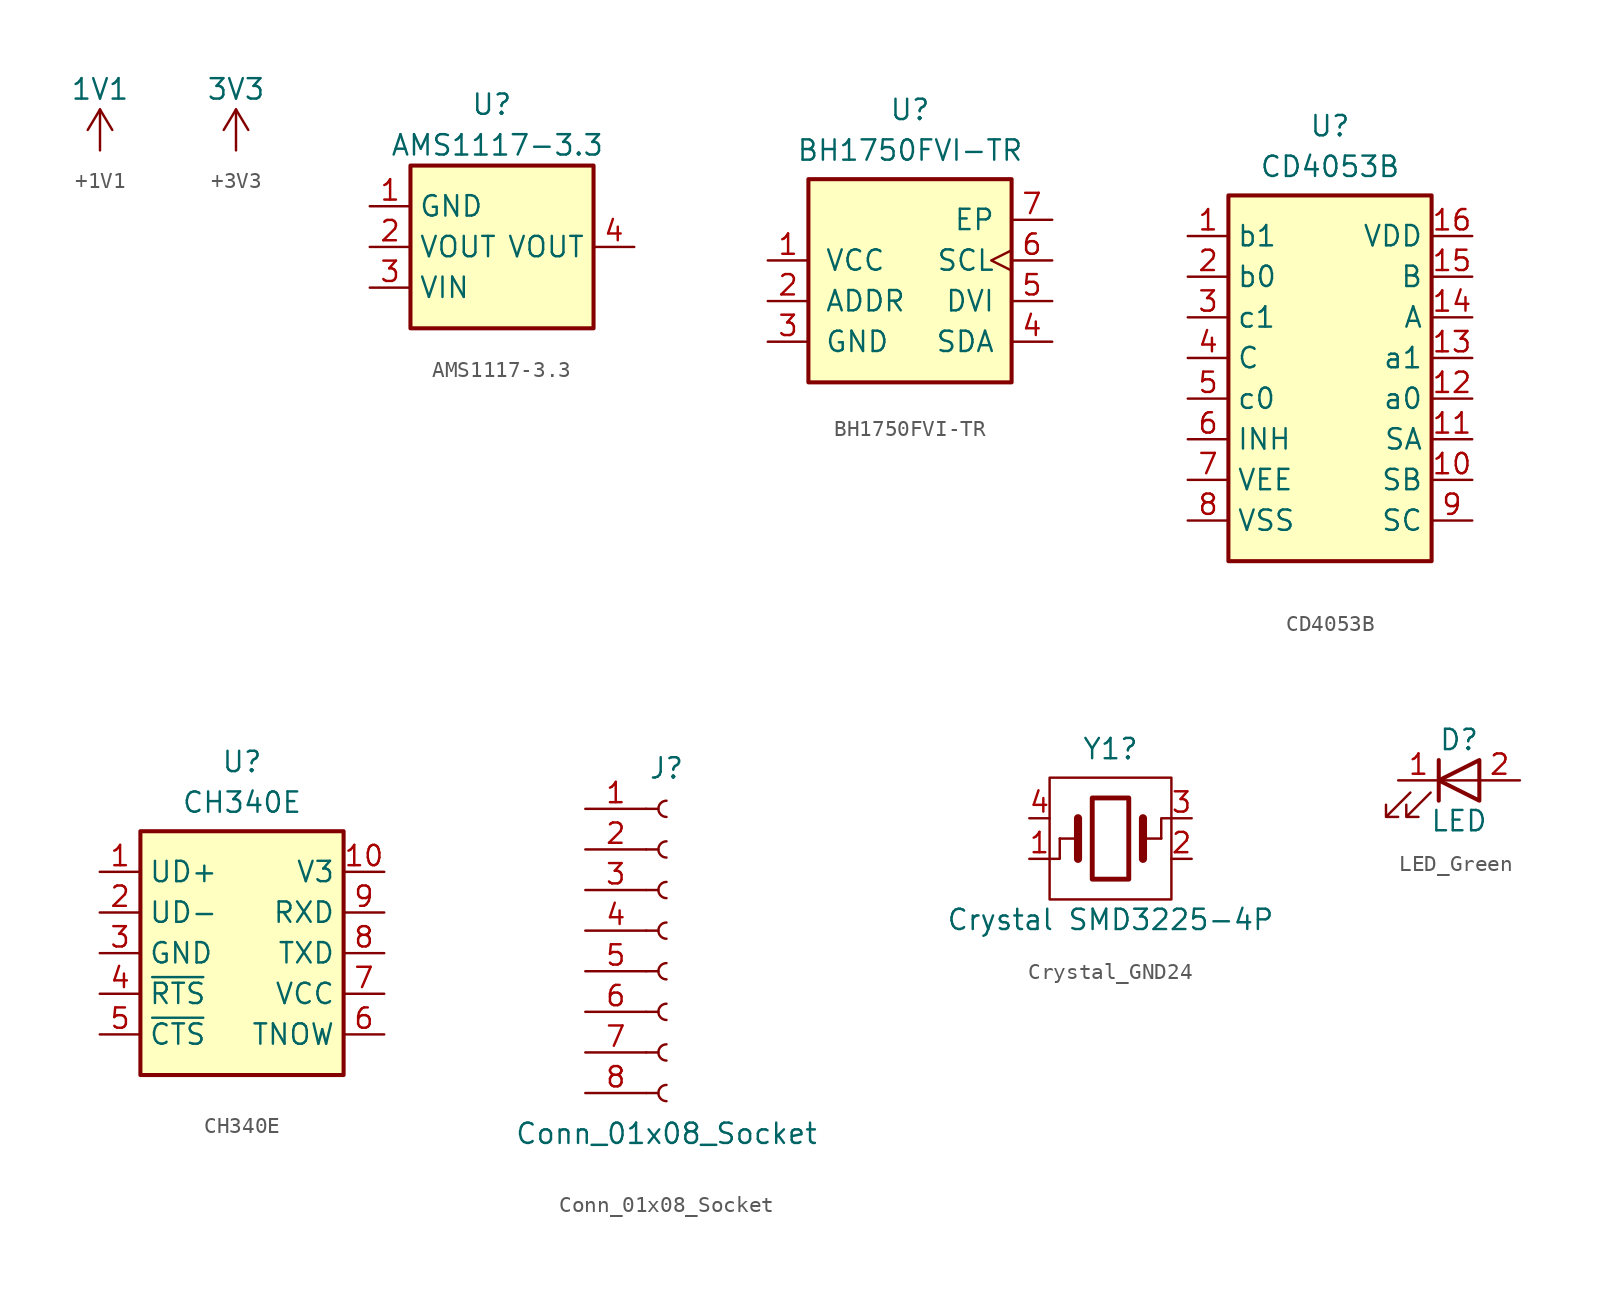
<source format=kicad_sym>
(kicad_symbol_lib
  (version 20220914)
  (generator kicad_symbol_editor)
  (symbol "+1V1"
    (power)
    (pin_names
      (offset 0))
    (property "Reference" "#PWR"
      (at 0 -3.81 0)
      (effects (font (size 1.27 1.27)) hide))
    (property "Value" "1V1"
      (at 0 4.54 0)
      (do_not_autoplace)
      (effects (font (size 1.27 1.27)) (justify top)))
    (symbol "+1V1_0_1"
      (polyline (pts (xy -0.762 1.27) (xy 0 2.54)) (stroke (width 0) (type default)) (fill (type none)))
      (polyline (pts (xy 0 0) (xy 0 2.54)) (stroke (width 0) (type default)) (fill (type none)))
      (polyline (pts (xy 0 2.54) (xy 0.762 1.27)) (stroke (width 0) (type default)) (fill (type none))))
    (symbol "+1V1_1_1"
      (pin power_in line (at 0 0 90) (length 0) hide (name "+1V1" (effects (font (size 1.27 1.27)))) (number "1" (effects (font (size 1.27 1.27)))))))
  (symbol "+3V3"
    (power)
    (pin_names
      (offset 0))
    (property "Reference" "#PWR"
      (at 0 -3.81 0)
      (effects (font (size 1.27 1.27)) hide))
    (property "Value" "3V3"
      (at 0 4.54 0)
      (do_not_autoplace)
      (effects (font (size 1.27 1.27)) (justify top)))
    (symbol "+3V3_0_1"
      (polyline (pts (xy -0.762 1.27) (xy 0 2.54)) (stroke (width 0) (type default)) (fill (type none)))
      (polyline (pts (xy 0 0) (xy 0 2.54)) (stroke (width 0) (type default)) (fill (type none)))
      (polyline (pts (xy 0 2.54) (xy 0.762 1.27)) (stroke (width 0) (type default)) (fill (type none))))
    (symbol "+3V3_1_1"
      (pin power_in line (at 0 0 90) (length 0) hide (name "+3V3" (effects (font (size 1.27 1.27)))) (number "1" (effects (font (size 1.27 1.27)))))))
  (symbol "AMS1117-3.3"
    (property "Reference" "U"
      (at 0 8.89 0)
      (effects (font (size 1.27 1.27))))
    (property "Value" "AMS1117-3.3"
      (at -6.35 6.35 0)
      (effects (font (size 1.27 1.27)) (justify left)))
    (symbol "AMS1117-3.3_0_1"
      (rectangle (start -5.08 5.08) (end 6.35 -5.08) (stroke (width 0.254) (type default)) (fill (type background))))
    (symbol "AMS1117-3.3_1_1"
      (pin power_in line (at -7.62 2.54 0) (length 2.54) (name "GND" (effects (font (size 1.27 1.27)))) (number "1" (effects (font (size 1.27 1.27)))))
      (pin power_out line (at -7.62 0 0) (length 2.54) (name "VOUT" (effects (font (size 1.27 1.27)))) (number "2" (effects (font (size 1.27 1.27)))))
      (pin power_in line (at -7.62 -2.54 0) (length 2.54) (name "VIN" (effects (font (size 1.27 1.27)))) (number "3" (effects (font (size 1.27 1.27)))))
      (pin power_out line (at 8.89 0 180) (length 2.54) (name "VOUT" (effects (font (size 1.27 1.27)))) (number "4" (effects (font (size 1.27 1.27)))))))
  (symbol "BH1750FVI-TR"
    (pin_names
      (offset 1.016))
    (property "Reference" "U"
      (at 0 12.7 0)
      (effects (font (size 1.27 1.27)) (justify top)))
    (property "Value" "BH1750FVI-TR"
      (at 0 10.16 0)
      (effects (font (size 1.27 1.27)) (justify top)))
    (symbol "BH1750FVI-TR_0_0"
      (rectangle (start -6.35 7.62) (end 6.35 -5.08) (stroke (width 0.254) (type default)) (fill (type background))))
    (symbol "BH1750FVI-TR_1_0"
      (pin power_in line (at -8.89 2.54 0) (length 2.54) (name "VCC" (effects (font (size 1.27 1.27)))) (number "1" (effects (font (size 1.27 1.27)))))
      (pin input line (at -8.89 0 0) (length 2.54) (name "ADDR" (effects (font (size 1.27 1.27)))) (number "2" (effects (font (size 1.27 1.27)))))
      (pin power_in line (at -8.89 -2.54 0) (length 2.54) (name "GND" (effects (font (size 1.27 1.27)))) (number "3" (effects (font (size 1.27 1.27)))))
      (pin bidirectional line (at 8.89 -2.54 180) (length 2.54) (name "SDA" (effects (font (size 1.27 1.27)))) (number "4" (effects (font (size 1.27 1.27)))))
      (pin input line (at 8.89 0 180) (length 2.54) (name "DVI" (effects (font (size 1.27 1.27)))) (number "5" (effects (font (size 1.27 1.27)))))
      (pin input clock (at 8.89 2.54 180) (length 2.54) (name "SCL" (effects (font (size 1.27 1.27)))) (number "6" (effects (font (size 1.27 1.27)))))
      (pin power_in line (at 8.89 5.08 180) (length 2.54) (name "EP" (effects (font (size 1.27 1.27)))) (number "7" (effects (font (size 1.27 1.27)))))))
  (symbol "CD4053B"
    (property "Reference" "U"
      (at 0 16.51 0)
      (effects (font (size 1.27 1.27)) (justify top)))
    (property "Value" "CD4053B"
      (at 0 13.97 0)
      (effects (font (size 1.27 1.27)) (justify top)))
    (symbol "CD4053B_0_1"
      (rectangle (start -6.35 11.43) (end 6.35 -11.43) (stroke (width 0.254) (type default)) (fill (type background))))
    (symbol "CD4053B_1_1"
      (pin bidirectional line (at -8.89 8.89 0) (length 2.54) (name "b1" (effects (font (size 1.27 1.27)))) (number "1" (effects (font (size 1.27 1.27)))))
      (pin input line (at 8.89 -6.35 180) (length 2.54) (name "SB" (effects (font (size 1.27 1.27)))) (number "10" (effects (font (size 1.27 1.27)))))
      (pin input line (at 8.89 -3.81 180) (length 2.54) (name "SA" (effects (font (size 1.27 1.27)))) (number "11" (effects (font (size 1.27 1.27)))))
      (pin bidirectional line (at 8.89 -1.27 180) (length 2.54) (name "a0" (effects (font (size 1.27 1.27)))) (number "12" (effects (font (size 1.27 1.27)))))
      (pin bidirectional line (at 8.89 1.27 180) (length 2.54) (name "a1" (effects (font (size 1.27 1.27)))) (number "13" (effects (font (size 1.27 1.27)))))
      (pin bidirectional line (at 8.89 3.81 180) (length 2.54) (name "A" (effects (font (size 1.27 1.27)))) (number "14" (effects (font (size 1.27 1.27)))))
      (pin bidirectional line (at 8.89 6.35 180) (length 2.54) (name "B" (effects (font (size 1.27 1.27)))) (number "15" (effects (font (size 1.27 1.27)))))
      (pin power_in line (at 8.89 8.89 180) (length 2.54) (name "VDD" (effects (font (size 1.27 1.27)))) (number "16" (effects (font (size 1.27 1.27)))))
      (pin bidirectional line (at -8.89 6.35 0) (length 2.54) (name "b0" (effects (font (size 1.27 1.27)))) (number "2" (effects (font (size 1.27 1.27)))))
      (pin bidirectional line (at -8.89 3.81 0) (length 2.54) (name "c1" (effects (font (size 1.27 1.27)))) (number "3" (effects (font (size 1.27 1.27)))))
      (pin bidirectional line (at -8.89 1.27 0) (length 2.54) (name "C" (effects (font (size 1.27 1.27)))) (number "4" (effects (font (size 1.27 1.27)))))
      (pin bidirectional line (at -8.89 -1.27 0) (length 2.54) (name "c0" (effects (font (size 1.27 1.27)))) (number "5" (effects (font (size 1.27 1.27)))))
      (pin input line (at -8.89 -3.81 0) (length 2.54) (name "INH" (effects (font (size 1.27 1.27)))) (number "6" (effects (font (size 1.27 1.27)))))
      (pin power_in line (at -8.89 -6.35 0) (length 2.54) (name "VEE" (effects (font (size 1.27 1.27)))) (number "7" (effects (font (size 1.27 1.27)))))
      (pin power_in line (at -8.89 -8.89 0) (length 2.54) (name "VSS" (effects (font (size 1.27 1.27)))) (number "8" (effects (font (size 1.27 1.27)))))
      (pin input line (at 8.89 -8.89 180) (length 2.54) (name "SC" (effects (font (size 1.27 1.27)))) (number "9" (effects (font (size 1.27 1.27)))))))
  (symbol "CH340E"
    (property "Reference" "U"
      (at 0 12.7 0)
      (effects (font (size 1.27 1.27)) (justify top)))
    (property "Value" "CH340E"
      (at 0 10.16 0)
      (effects (font (size 1.27 1.27)) (justify top)))
    (symbol "CH340E_0_1"
      (rectangle (start -6.35 7.62) (end 6.35 -7.62) (stroke (width 0.254) (type default)) (fill (type background))))
    (symbol "CH340E_1_1"
      (pin bidirectional line (at -8.89 5.08 0) (length 2.54) (name "UD+" (effects (font (size 1.27 1.27)))) (number "1" (effects (font (size 1.27 1.27)))))
      (pin passive line (at 8.89 5.08 180) (length 2.54) (name "V3" (effects (font (size 1.27 1.27)))) (number "10" (effects (font (size 1.27 1.27)))))
      (pin bidirectional line (at -8.89 2.54 0) (length 2.54) (name "UD-" (effects (font (size 1.27 1.27)))) (number "2" (effects (font (size 1.27 1.27)))))
      (pin power_in line (at -8.89 0 0) (length 2.54) (name "GND" (effects (font (size 1.27 1.27)))) (number "3" (effects (font (size 1.27 1.27)))))
      (pin output line (at -8.89 -2.54 0) (length 2.54) (name "~{RTS}" (effects (font (size 1.27 1.27)))) (number "4" (effects (font (size 1.27 1.27)))))
      (pin input line (at -8.89 -5.08 0) (length 2.54) (name "~{CTS}" (effects (font (size 1.27 1.27)))) (number "5" (effects (font (size 1.27 1.27)))))
      (pin output line (at 8.89 -5.08 180) (length 2.54) (name "TNOW" (effects (font (size 1.27 1.27)))) (number "6" (effects (font (size 1.27 1.27)))))
      (pin power_in line (at 8.89 -2.54 180) (length 2.54) (name "VCC" (effects (font (size 1.27 1.27)))) (number "7" (effects (font (size 1.27 1.27)))))
      (pin output line (at 8.89 0 180) (length 2.54) (name "TXD" (effects (font (size 1.27 1.27)))) (number "8" (effects (font (size 1.27 1.27)))))
      (pin input line (at 8.89 2.54 180) (length 2.54) (name "RXD" (effects (font (size 1.27 1.27)))) (number "9" (effects (font (size 1.27 1.27)))))))
  (symbol "Conn_01x08_Socket"
    (pin_names
      (offset 1.016) hide)
    (property "Reference" "J"
      (at 0 10.16 0)
      (effects (font (size 1.27 1.27))))
    (property "Value" "Conn_01x08_Socket"
      (at 0 -12.7 0)
      (effects (font (size 1.27 1.27))))
    (symbol "Conn_01x08_Socket_1_1"
      (arc (start 0 -9.652) (mid -0.5058 -10.16) (end 0 -10.668) (stroke (width 0.1524) (type default)) (fill (type none)))
      (arc (start 0 -7.112) (mid -0.5058 -7.62) (end 0 -8.128) (stroke (width 0.1524) (type default)) (fill (type none)))
      (arc (start 0 -4.572) (mid -0.5058 -5.08) (end 0 -5.588) (stroke (width 0.1524) (type default)) (fill (type none)))
      (arc (start 0 -2.032) (mid -0.5058 -2.54) (end 0 -3.048) (stroke (width 0.1524) (type default)) (fill (type none)))
      (polyline (pts (xy -1.27 -10.16) (xy -0.508 -10.16)) (stroke (width 0.152) (type default)) (fill (type none)))
      (polyline (pts (xy -1.27 -7.62) (xy -0.508 -7.62)) (stroke (width 0.152) (type default)) (fill (type none)))
      (polyline (pts (xy -1.27 -5.08) (xy -0.508 -5.08)) (stroke (width 0.152) (type default)) (fill (type none)))
      (polyline (pts (xy -1.27 -2.54) (xy -0.508 -2.54)) (stroke (width 0.152) (type default)) (fill (type none)))
      (polyline (pts (xy -1.27 0) (xy -0.508 0)) (stroke (width 0.152) (type default)) (fill (type none)))
      (polyline (pts (xy -1.27 2.54) (xy -0.508 2.54)) (stroke (width 0.152) (type default)) (fill (type none)))
      (polyline (pts (xy -1.27 5.08) (xy -0.508 5.08)) (stroke (width 0.152) (type default)) (fill (type none)))
      (polyline (pts (xy -1.27 7.62) (xy -0.508 7.62)) (stroke (width 0.152) (type default)) (fill (type none)))
      (arc (start 0 0.508) (mid -0.5058 0) (end 0 -0.508) (stroke (width 0.1524) (type default)) (fill (type none)))
      (arc (start 0 3.048) (mid -0.5058 2.54) (end 0 2.032) (stroke (width 0.1524) (type default)) (fill (type none)))
      (arc (start 0 5.588) (mid -0.5058 5.08) (end 0 4.572) (stroke (width 0.1524) (type default)) (fill (type none)))
      (arc (start 0 8.128) (mid -0.5058 7.62) (end 0 7.112) (stroke (width 0.1524) (type default)) (fill (type none)))
      (pin passive line (at -5.08 7.62 0) (length 3.81) (name "Pin_1" (effects (font (size 1.27 1.27)))) (number "1" (effects (font (size 1.27 1.27)))))
      (pin passive line (at -5.08 5.08 0) (length 3.81) (name "Pin_2" (effects (font (size 1.27 1.27)))) (number "2" (effects (font (size 1.27 1.27)))))
      (pin passive line (at -5.08 2.54 0) (length 3.81) (name "Pin_3" (effects (font (size 1.27 1.27)))) (number "3" (effects (font (size 1.27 1.27)))))
      (pin passive line (at -5.08 0 0) (length 3.81) (name "Pin_4" (effects (font (size 1.27 1.27)))) (number "4" (effects (font (size 1.27 1.27)))))
      (pin passive line (at -5.08 -2.54 0) (length 3.81) (name "Pin_5" (effects (font (size 1.27 1.27)))) (number "5" (effects (font (size 1.27 1.27)))))
      (pin passive line (at -5.08 -5.08 0) (length 3.81) (name "Pin_6" (effects (font (size 1.27 1.27)))) (number "6" (effects (font (size 1.27 1.27)))))
      (pin passive line (at -5.08 -7.62 0) (length 3.81) (name "Pin_7" (effects (font (size 1.27 1.27)))) (number "7" (effects (font (size 1.27 1.27)))))
      (pin passive line (at -5.08 -10.16 0) (length 3.81) (name "Pin_8" (effects (font (size 1.27 1.27)))) (number "8" (effects (font (size 1.27 1.27)))))))
  (symbol "Crystal_GND24"
    (pin_names
      (offset 1.016) hide)
    (property "Reference" "Y1"
      (at 0 6.35 0)
      (effects (font (size 1.27 1.27)) (justify top)))
    (property "Value" "Crystal SMD3225-4P"
      (at 0 -5.08 0)
      (effects (font (size 1.27 1.27))))
    (symbol "Crystal_GND24_0_1"
      (rectangle (start -3.81 3.81) (end 3.81 -3.81) (stroke (width 0) (type default)) (fill (type none)))
      (rectangle (start -1.143 2.54) (end 1.143 -2.54) (stroke (width 0.305) (type default)) (fill (type none)))
      (polyline (pts (xy -3.175 0) (xy -2.032 0)) (stroke (width 0) (type default)) (fill (type none)))
      (polyline (pts (xy -2.032 -1.27) (xy -2.032 1.27)) (stroke (width 0.508) (type default)) (fill (type none)))
      (polyline (pts (xy 2.032 -1.27) (xy 2.032 1.27)) (stroke (width 0.508) (type default)) (fill (type none)))
      (polyline (pts (xy 2.032 0) (xy 3.175 0)) (stroke (width 0) (type default)) (fill (type none)))
      (polyline (pts (xy -3.81 -1.27) (xy -3.175 -1.27) (xy -3.175 0)) (stroke (width 0) (type default)) (fill (type none)))
      (polyline (pts (xy 3.175 0) (xy 3.175 1.27) (xy 3.81 1.27)) (stroke (width 0) (type default)) (fill (type none))))
    (symbol "Crystal_GND24_1_1"
      (pin passive line (at -5.08 -1.27 0) (length 1.27) (name "OSC1" (effects (font (size 1.27 1.27)))) (number "1" (effects (font (size 1.27 1.27)))))
      (pin power_in line (at 5.08 -1.27 180) (length 1.27) (name "GND" (effects (font (size 1.27 1.27)))) (number "2" (effects (font (size 1.27 1.27)))))
      (pin passive line (at 5.08 1.27 180) (length 1.27) (name "OSC2" (effects (font (size 1.27 1.27)))) (number "3" (effects (font (size 1.27 1.27)))))
      (pin power_in line (at -5.08 1.27 0) (length 1.27) (name "GND" (effects (font (size 1.27 1.27)))) (number "4" (effects (font (size 1.27 1.27)))))))
  (symbol "LED_Green"
    (pin_names
      (offset 1.016) hide)
    (property "Reference" "D"
      (at 0 2.54 0)
      (effects (font (size 1.27 1.27))))
    (property "Value" "LED"
      (at 0 -2.54 0)
      (effects (font (size 1.27 1.27))))
    (symbol "LED_Green_0_1"
      (polyline (pts (xy -1.27 -1.27) (xy -1.27 1.27)) (stroke (width 0.254) (type default)) (fill (type none)))
      (polyline (pts (xy -1.27 0) (xy 1.27 0)) (stroke (width 0) (type default)) (fill (type none)))
      (polyline (pts (xy 1.27 -1.27) (xy 1.27 1.27) (xy -1.27 0) (xy 1.27 -1.27)) (stroke (width 0.254) (type default)) (fill (type none)))
      (polyline (pts (xy -3.048 -0.762) (xy -4.572 -2.286) (xy -3.81 -2.286) (xy -4.572 -2.286) (xy -4.572 -1.524)) (stroke (width 0) (type default)) (fill (type none)))
      (polyline (pts (xy -1.778 -0.762) (xy -3.302 -2.286) (xy -2.54 -2.286) (xy -3.302 -2.286) (xy -3.302 -1.524)) (stroke (width 0) (type default)) (fill (type none))))
    (symbol "LED_Green_1_1"
      (pin passive line (at -3.81 0 0) (length 2.54) (name "K" (effects (font (size 1.27 1.27)))) (number "1" (effects (font (size 1.27 1.27)))))
      (pin passive line (at 3.81 0 180) (length 2.54) (name "A" (effects (font (size 1.27 1.27)))) (number "2" (effects (font (size 1.27 1.27))))))))
</source>
